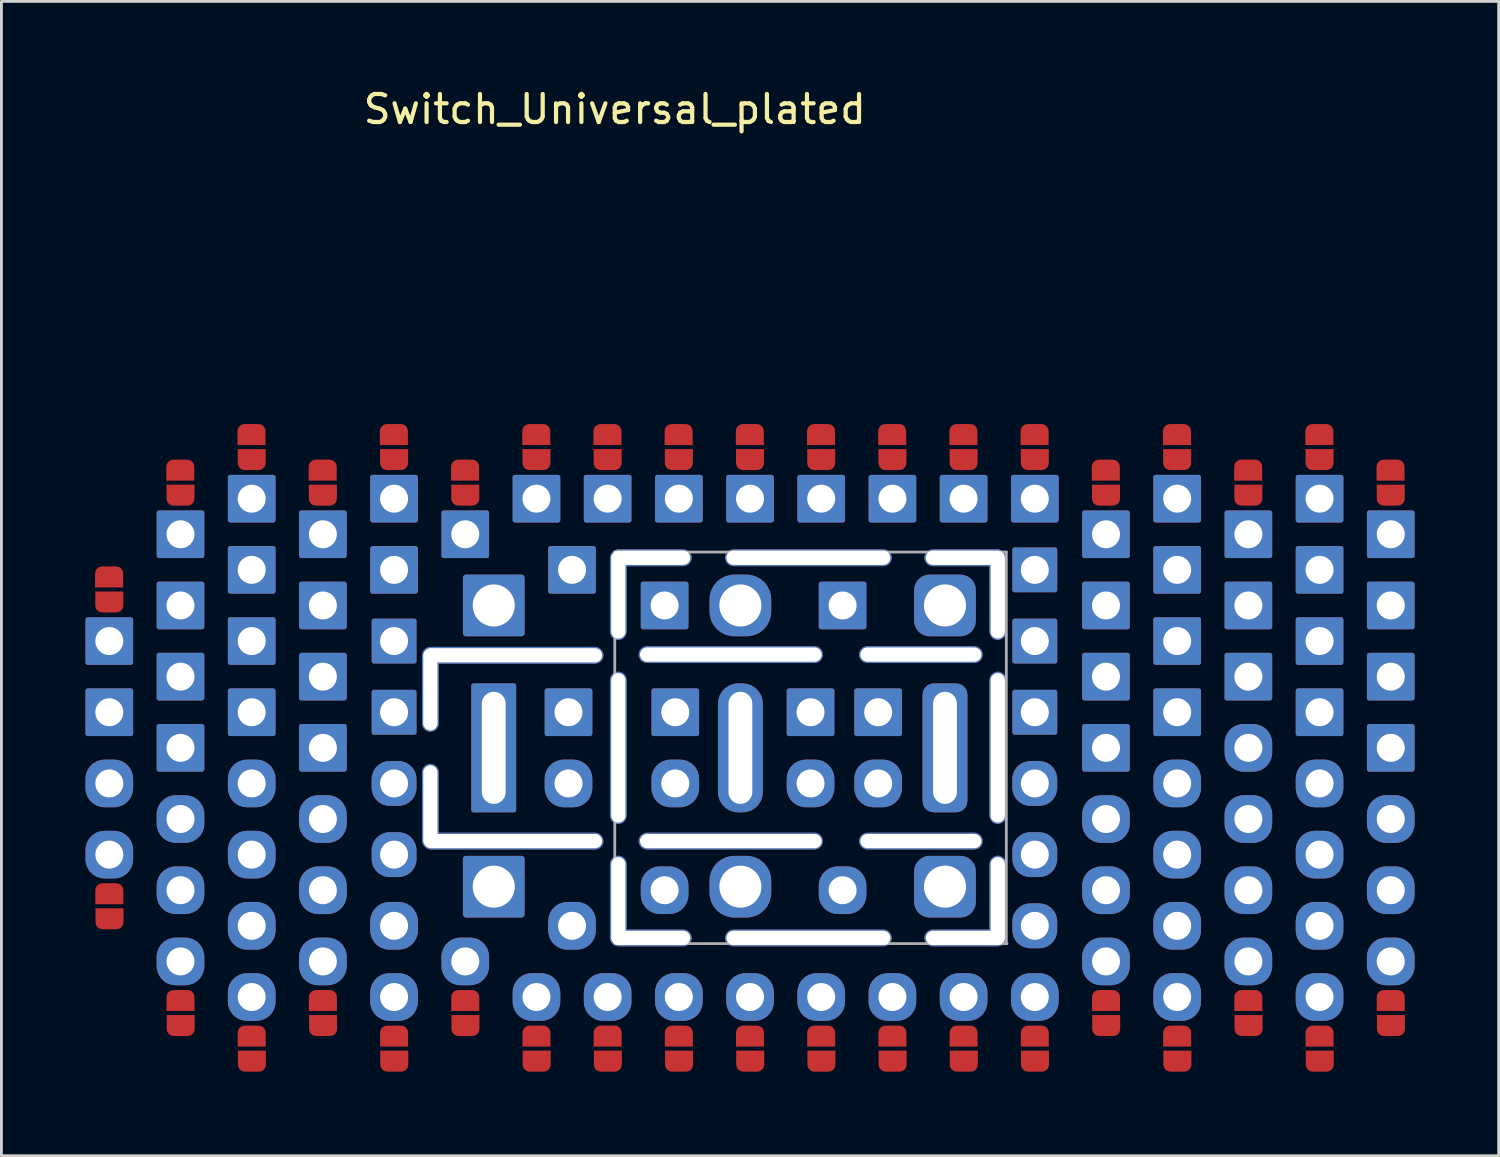
<source format=kicad_pcb>
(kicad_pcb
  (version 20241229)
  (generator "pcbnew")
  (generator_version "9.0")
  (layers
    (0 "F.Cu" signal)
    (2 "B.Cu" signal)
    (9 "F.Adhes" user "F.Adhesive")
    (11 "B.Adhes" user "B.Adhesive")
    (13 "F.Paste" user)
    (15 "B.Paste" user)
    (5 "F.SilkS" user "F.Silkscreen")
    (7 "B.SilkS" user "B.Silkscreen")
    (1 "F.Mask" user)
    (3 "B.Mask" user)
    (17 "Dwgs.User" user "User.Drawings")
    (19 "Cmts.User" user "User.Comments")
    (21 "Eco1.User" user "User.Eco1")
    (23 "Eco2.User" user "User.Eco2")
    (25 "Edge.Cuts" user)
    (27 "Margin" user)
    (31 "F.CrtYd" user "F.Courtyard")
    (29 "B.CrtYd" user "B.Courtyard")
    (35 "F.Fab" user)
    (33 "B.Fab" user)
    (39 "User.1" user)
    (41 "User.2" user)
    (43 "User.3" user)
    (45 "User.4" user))
  (footprint "Switch_Universal_plated"
    (layer "F.Cu")
    (at 18.63 23.632)
    (property "Reference" "Switch_Universal_plated" (at 0.254 -22.784 0) (unlocked yes) (layer "F.SilkS") (effects (font (size 1 1) (thickness 0.15))))
    (attr through_hole)
    (fp_rect (start -18.199 5.842) (end -17.361 5.436) (stroke (width 0.01) (type solid)) (fill yes) (layer "F.Mask"))
    (fp_rect (start -17.361 -5.842) (end -18.199 -5.436) (stroke (width 0.01) (type solid)) (fill yes) (layer "F.Mask"))
    (fp_rect (start -15.659 9.652) (end -14.821 9.246) (stroke (width 0.01) (type solid)) (fill yes) (layer "F.Mask"))
    (fp_rect (start -14.821 -9.652) (end -15.659 -9.246) (stroke (width 0.01) (type solid)) (fill yes) (layer "F.Mask"))
    (fp_rect (start -13.119 10.922) (end -12.281 10.516) (stroke (width 0.01) (type solid)) (fill yes) (layer "F.Mask"))
    (fp_rect (start -12.281 -10.922) (end -13.119 -10.516) (stroke (width 0.01) (type solid)) (fill yes) (layer "F.Mask"))
    (fp_rect (start -10.579 9.652) (end -9.741 9.246) (stroke (width 0.01) (type solid)) (fill yes) (layer "F.Mask"))
    (fp_rect (start -9.741 -9.652) (end -10.579 -9.246) (stroke (width 0.01) (type solid)) (fill yes) (layer "F.Mask"))
    (fp_rect (start -8.039 10.922) (end -7.201 10.516) (stroke (width 0.01) (type solid)) (fill yes) (layer "F.Mask"))
    (fp_rect (start -7.201 -10.922) (end -8.039 -10.516) (stroke (width 0.01) (type solid)) (fill yes) (layer "F.Mask"))
    (fp_rect (start -5.499 9.652) (end -4.661 9.246) (stroke (width 0.01) (type solid)) (fill yes) (layer "F.Mask"))
    (fp_rect (start -4.661 -9.652) (end -5.499 -9.246) (stroke (width 0.01) (type solid)) (fill yes) (layer "F.Mask"))
    (fp_rect (start -2.959 10.922) (end -2.121 10.516) (stroke (width 0.01) (type solid)) (fill yes) (layer "F.Mask"))
    (fp_rect (start -2.121 -10.922) (end -2.959 -10.516) (stroke (width 0.01) (type solid)) (fill yes) (layer "F.Mask"))
    (fp_rect (start -0.419 10.922) (end 0.419 10.516) (stroke (width 0.01) (type solid)) (fill yes) (layer "F.Mask"))
    (fp_rect (start 0.419 -10.922) (end -0.419 -10.516) (stroke (width 0.01) (type solid)) (fill yes) (layer "F.Mask"))
    (fp_rect (start 2.121 10.922) (end 2.959 10.516) (stroke (width 0.01) (type solid)) (fill yes) (layer "F.Mask"))
    (fp_rect (start 2.959 -10.922) (end 2.121 -10.516) (stroke (width 0.01) (type solid)) (fill yes) (layer "F.Mask"))
    (fp_rect (start 4.661 10.922) (end 5.499 10.516) (stroke (width 0.01) (type solid)) (fill yes) (layer "F.Mask"))
    (fp_rect (start 5.499 -10.922) (end 4.661 -10.516) (stroke (width 0.01) (type solid)) (fill yes) (layer "F.Mask"))
    (fp_rect (start 7.201 10.922) (end 8.039 10.516) (stroke (width 0.01) (type solid)) (fill yes) (layer "F.Mask"))
    (fp_rect (start 8.039 -10.922) (end 7.201 -10.516) (stroke (width 0.01) (type solid)) (fill yes) (layer "F.Mask"))
    (fp_rect (start 9.741 10.922) (end 10.579 10.516) (stroke (width 0.01) (type solid)) (fill yes) (layer "F.Mask"))
    (fp_rect (start 10.579 -10.922) (end 9.741 -10.516) (stroke (width 0.01) (type solid)) (fill yes) (layer "F.Mask"))
    (fp_rect (start 12.281 10.922) (end 13.119 10.516) (stroke (width 0.01) (type solid)) (fill yes) (layer "F.Mask"))
    (fp_rect (start 13.119 -10.922) (end 12.281 -10.516) (stroke (width 0.01) (type solid)) (fill yes) (layer "F.Mask"))
    (fp_rect (start 14.821 10.922) (end 15.659 10.516) (stroke (width 0.01) (type solid)) (fill yes) (layer "F.Mask"))
    (fp_rect (start 15.659 -10.922) (end 14.821 -10.516) (stroke (width 0.01) (type solid)) (fill yes) (layer "F.Mask"))
    (fp_rect (start 17.361 9.652) (end 18.199 9.246) (stroke (width 0.01) (type solid)) (fill yes) (layer "F.Mask"))
    (fp_rect (start 18.199 -9.652) (end 17.361 -9.246) (stroke (width 0.01) (type solid)) (fill yes) (layer "F.Mask"))
    (fp_rect (start 19.901 10.922) (end 20.739 10.516) (stroke (width 0.01) (type solid)) (fill yes) (layer "F.Mask"))
    (fp_rect (start 20.739 -10.922) (end 19.901 -10.516) (stroke (width 0.01) (type solid)) (fill yes) (layer "F.Mask"))
    (fp_rect (start 22.441 9.652) (end 23.279 9.246) (stroke (width 0.01) (type solid)) (fill yes) (layer "F.Mask"))
    (fp_rect (start 23.279 -9.652) (end 22.441 -9.246) (stroke (width 0.01) (type solid)) (fill yes) (layer "F.Mask"))
    (fp_rect (start 24.981 10.922) (end 25.819 10.516) (stroke (width 0.01) (type solid)) (fill yes) (layer "F.Mask"))
    (fp_rect (start 25.819 -10.922) (end 24.981 -10.516) (stroke (width 0.01) (type solid)) (fill yes) (layer "F.Mask"))
    (fp_rect (start 27.521 9.652) (end 28.359 9.246) (stroke (width 0.01) (type solid)) (fill yes) (layer "F.Mask"))
    (fp_rect (start 28.359 -9.652) (end 27.521 -9.246) (stroke (width 0.01) (type solid)) (fill yes) (layer "F.Mask"))
    (fp_line (start 0.254 -6.985) (end 0.254 6.985) (stroke (width 0.1) (type solid)) (layer "F.Fab"))
    (fp_line (start 0.254 -6.985) (end 14.224 -6.985) (stroke (width 0.1) (type solid)) (layer "F.Fab"))
    (fp_line (start 14.224 -6.985) (end 14.224 6.985) (stroke (width 0.1) (type solid)) (layer "F.Fab"))
    (fp_line (start 14.249 6.985) (end 0.279 6.985) (stroke (width 0.1) (type solid)) (layer "F.Fab"))
    (fp_line (start -6.604 3.302) (end -6.604 0.889) (stroke (width 0.12) (type default)) (layer "User.7"))
    (fp_line (start -6.096 2.921) (end -6.096 0.889) (stroke (width 0.12) (type default)) (layer "User.7"))
    (fp_line (start -0.381 3.048) (end -5.969 3.048) (stroke (width 0.12) (type default)) (layer "User.7"))
    (fp_line (start -0.381 3.556) (end -6.35 3.556) (stroke (width 0.12) (type default)) (layer "User.7"))
    (fp_line (start 0.254 -6.731) (end 0.254 -4.318) (stroke (width 0.12) (type default)) (layer "User.7"))
    (fp_line (start 0.254 -2.413) (end 0.254 2.413) (stroke (width 0.12) (type default)) (layer "User.7"))
    (fp_line (start 0.254 6.731) (end 0.254 4.318) (stroke (width 0.12) (type default)) (layer "User.7"))
    (fp_line (start 0.762 -6.35) (end 0.762 -4.318) (stroke (width 0.12) (type default)) (layer "User.7"))
    (fp_line (start 0.762 -2.413) (end 0.762 2.413) (stroke (width 0.12) (type default)) (layer "User.7"))
    (fp_line (start 0.762 6.35) (end 0.762 4.318) (stroke (width 0.12) (type default)) (layer "User.7"))
    (fp_line (start 1.397 -3.556) (end 7.366 -3.556) (stroke (width 0.12) (type default)) (layer "User.7"))
    (fp_line (start 1.397 -3.048) (end 7.366 -3.048) (stroke (width 0.12) (type default)) (layer "User.7"))
    (fp_line (start 1.397 3.048) (end 7.366 3.048) (stroke (width 0.12) (type default)) (layer "User.7"))
    (fp_line (start 1.397 3.556) (end 7.366 3.556) (stroke (width 0.12) (type default)) (layer "User.7"))
    (fp_line (start 2.794 -6.985) (end 0.508 -6.985) (stroke (width 0.12) (type default)) (layer "User.7"))
    (fp_line (start 2.794 -6.477) (end 0.889 -6.477) (stroke (width 0.12) (type default)) (layer "User.7"))
    (fp_line (start 2.794 6.477) (end 0.889 6.477) (stroke (width 0.12) (type default)) (layer "User.7"))
    (fp_line (start 2.794 6.985) (end 0.508 6.985) (stroke (width 0.12) (type default)) (layer "User.7"))
    (fp_line (start 4.572 -6.985) (end 9.906 -6.985) (stroke (width 0.12) (type default)) (layer "User.7"))
    (fp_line (start 4.572 -6.477) (end 9.906 -6.477) (stroke (width 0.12) (type default)) (layer "User.7"))
    (fp_line (start 4.572 6.477) (end 9.906 6.477) (stroke (width 0.12) (type default)) (layer "User.7"))
    (fp_line (start 4.572 6.985) (end 9.906 6.985) (stroke (width 0.12) (type default)) (layer "User.7"))
    (fp_line (start 9.271 -3.556) (end 13.081 -3.556) (stroke (width 0.12) (type default)) (layer "User.7"))
    (fp_line (start 9.271 -3.048) (end 13.081 -3.048) (stroke (width 0.12) (type default)) (layer "User.7"))
    (fp_line (start 9.271 3.048) (end 13.081 3.048) (stroke (width 0.12) (type default)) (layer "User.7"))
    (fp_line (start 9.271 3.556) (end 13.081 3.556) (stroke (width 0.12) (type default)) (layer "User.7"))
    (fp_line (start 11.684 -6.985) (end 13.97 -6.985) (stroke (width 0.12) (type default)) (layer "User.7"))
    (fp_line (start 11.684 -6.477) (end 13.589 -6.477) (stroke (width 0.12) (type default)) (layer "User.7"))
    (fp_line (start 11.684 6.477) (end 13.589 6.477) (stroke (width 0.12) (type default)) (layer "User.7"))
    (fp_line (start 11.684 6.985) (end 13.97 6.985) (stroke (width 0.12) (type default)) (layer "User.7"))
    (fp_line (start 13.716 -6.35) (end 13.716 -4.191) (stroke (width 0.12) (type default)) (layer "User.7"))
    (fp_line (start 13.716 -2.413) (end 13.716 2.413) (stroke (width 0.12) (type default)) (layer "User.7"))
    (fp_line (start 13.716 6.35) (end 13.716 4.191) (stroke (width 0.12) (type default)) (layer "User.7"))
    (fp_line (start 14.224 -6.731) (end 14.224 -4.191) (stroke (width 0.12) (type default)) (layer "User.7"))
    (fp_line (start 14.224 -2.413) (end 14.224 2.413) (stroke (width 0.12) (type default)) (layer "User.7"))
    (fp_line (start 14.224 6.731) (end 14.224 4.191) (stroke (width 0.12) (type default)) (layer "User.7"))
    (fp_arc (start -6.604 0.889) (mid -6.35 0.635) (end -6.096 0.889) (stroke (width 0.12) (type default)) (layer "User.7"))
    (fp_arc (start -6.35 3.556) (mid -6.529605 3.481605) (end -6.604 3.302) (stroke (width 0.12) (type default)) (layer "User.7"))
    (fp_arc (start -5.969 3.048) (mid -6.058803 3.010803) (end -6.096 2.921) (stroke (width 0.12) (type default)) (layer "User.7"))
    (fp_arc (start -0.381 3.048) (mid -0.127 3.302) (end -0.381 3.556) (stroke (width 0.12) (type default)) (layer "User.7"))
    (fp_arc (start 0.254 -6.731) (mid 0.328395 -6.910605) (end 0.508 -6.985) (stroke (width 0.12) (type default)) (layer "User.7"))
    (fp_arc (start 0.254 -2.413) (mid 0.508 -2.667) (end 0.762 -2.413) (stroke (width 0.12) (type default)) (layer "User.7"))
    (fp_arc (start 0.254 4.318) (mid 0.508 4.064) (end 0.762 4.318) (stroke (width 0.12) (type default)) (layer "User.7"))
    (fp_arc (start 0.508 6.985) (mid 0.328395 6.910605) (end 0.254 6.731) (stroke (width 0.12) (type default)) (layer "User.7"))
    (fp_arc (start 0.762 -6.35) (mid 0.799197 -6.439803) (end 0.889 -6.477) (stroke (width 0.12) (type default)) (layer "User.7"))
    (fp_arc (start 0.762 -4.318) (mid 0.508 -4.064) (end 0.254 -4.318) (stroke (width 0.12) (type default)) (layer "User.7"))
    (fp_arc (start 0.762 2.413) (mid 0.508 2.667) (end 0.254 2.413) (stroke (width 0.12) (type default)) (layer "User.7"))
    (fp_arc (start 0.889 6.477) (mid 0.799197 6.439803) (end 0.762 6.35) (stroke (width 0.12) (type default)) (layer "User.7"))
    (fp_arc (start 1.397 -3.048) (mid 1.143 -3.302) (end 1.397 -3.556) (stroke (width 0.12) (type default)) (layer "User.7"))
    (fp_arc (start 1.397 3.556) (mid 1.143 3.302) (end 1.397 3.048) (stroke (width 0.12) (type default)) (layer "User.7"))
    (fp_arc (start 2.794 -6.985) (mid 3.048 -6.731) (end 2.794 -6.477) (stroke (width 0.12) (type default)) (layer "User.7"))
    (fp_arc (start 2.794 6.477) (mid 3.048 6.731) (end 2.794 6.985) (stroke (width 0.12) (type default)) (layer "User.7"))
    (fp_arc (start 4.572 -6.477) (mid 4.318 -6.731) (end 4.572 -6.985) (stroke (width 0.12) (type default)) (layer "User.7"))
    (fp_arc (start 4.572 6.985) (mid 4.318 6.731) (end 4.572 6.477) (stroke (width 0.12) (type default)) (layer "User.7"))
    (fp_arc (start 7.366 -3.556) (mid 7.62 -3.302) (end 7.366 -3.048) (stroke (width 0.12) (type default)) (layer "User.7"))
    (fp_arc (start 7.366 3.048) (mid 7.62 3.302) (end 7.366 3.556) (stroke (width 0.12) (type default)) (layer "User.7"))
    (fp_arc (start 9.271 -3.048) (mid 9.017 -3.302) (end 9.271 -3.556) (stroke (width 0.12) (type default)) (layer "User.7"))
    (fp_arc (start 9.271 3.556) (mid 9.017 3.302) (end 9.271 3.048) (stroke (width 0.12) (type default)) (layer "User.7"))
    (fp_arc (start 9.906 -6.985) (mid 10.16 -6.731) (end 9.906 -6.477) (stroke (width 0.12) (type default)) (layer "User.7"))
    (fp_arc (start 9.906 6.477) (mid 10.16 6.731) (end 9.906 6.985) (stroke (width 0.12) (type default)) (layer "User.7"))
    (fp_arc (start 11.684 -6.477) (mid 11.43 -6.731) (end 11.684 -6.985) (stroke (width 0.12) (type default)) (layer "User.7"))
    (fp_arc (start 11.684 6.985) (mid 11.43 6.731) (end 11.684 6.477) (stroke (width 0.12) (type default)) (layer "User.7"))
    (fp_arc (start 13.081 -3.556) (mid 13.335 -3.302) (end 13.081 -3.048) (stroke (width 0.12) (type default)) (layer "User.7"))
    (fp_arc (start 13.081 3.048) (mid 13.335 3.302) (end 13.081 3.556) (stroke (width 0.12) (type default)) (layer "User.7"))
    (fp_arc (start 13.589 -6.477) (mid 13.678803 -6.439803) (end 13.716 -6.35) (stroke (width 0.12) (type default)) (layer "User.7"))
    (fp_arc (start 13.716 -2.413) (mid 13.97 -2.667) (end 14.224 -2.413) (stroke (width 0.12) (type default)) (layer "User.7"))
    (fp_arc (start 13.716 4.191) (mid 13.97 3.937) (end 14.224 4.191) (stroke (width 0.12) (type default)) (layer "User.7"))
    (fp_arc (start 13.716 6.35) (mid 13.678803 6.439803) (end 13.589 6.477) (stroke (width 0.12) (type default)) (layer "User.7"))
    (fp_arc (start 13.97 -6.985) (mid 14.149605 -6.910605) (end 14.224 -6.731) (stroke (width 0.12) (type default)) (layer "User.7"))
    (fp_arc (start 14.224 -4.191) (mid 13.97 -3.937) (end 13.716 -4.191) (stroke (width 0.12) (type default)) (layer "User.7"))
    (fp_arc (start 14.224 2.413) (mid 13.97 2.667) (end 13.716 2.413) (stroke (width 0.12) (type default)) (layer "User.7"))
    (fp_arc (start 14.224 6.731) (mid 14.149605 6.910605) (end 13.97 6.985) (stroke (width 0.12) (type default)) (layer "User.7"))
    (pad "1" smd custom (at -17.787 -6.223 270) (size 0.5 0.5) (layers "F.Cu" "F.Mask") (options (anchor rect)) (primitives (gr_circle (center 0 0.25) (end 0.25 0.25) (width 0) (fill yes)) (gr_circle (center 0 -0.25) (end 0.25 -0.25) (width 0) (fill yes)) (gr_poly (pts (xy 0.5 0.5) (xy 0 0.5) (xy 0 -0.5) (xy 0.5 -0.5)) (width 0) (fill yes))))
    (pad "1" smd custom (at -17.78 -5.08 90) (size 0.5 0.5) (layers "F.Cu" "F.Mask") (options (anchor rect)) (primitives (gr_circle (center 0 0.25) (end 0.25 0.25) (width 0) (fill yes)) (gr_circle (center 0 -0.25) (end 0.25 -0.25) (width 0) (fill yes)) (gr_poly (pts (xy 0.5 0.5) (xy 0 0.5) (xy 0 -0.5) (xy 0.5 -0.5)) (width 0) (fill yes))))
    (pad "1" thru_hole roundrect (at -17.78 -3.81) (size 1.7 1.7) (drill 1) (layers "*.Cu" "*.Mask") (roundrect_rratio 0.05))
    (pad "1" thru_hole roundrect (at -17.78 -1.27) (size 1.7 1.7) (drill 1) (layers "*.Cu" "*.Mask") (roundrect_rratio 0.05))
    (pad "1" smd custom (at -15.247 -10.033 270) (size 0.5 0.5) (layers "F.Cu" "F.Mask") (options (anchor rect)) (primitives (gr_circle (center 0 0.25) (end 0.25 0.25) (width 0) (fill yes)) (gr_circle (center 0 -0.25) (end 0.25 -0.25) (width 0) (fill yes)) (gr_poly (pts (xy 0.5 0.5) (xy 0 0.5) (xy 0 -0.5) (xy 0.5 -0.5)) (width 0) (fill yes))))
    (pad "1" smd custom (at -15.24 -8.89 90) (size 0.5 0.5) (layers "F.Cu" "F.Mask") (options (anchor rect)) (primitives (gr_circle (center 0 0.25) (end 0.25 0.25) (width 0) (fill yes)) (gr_circle (center 0 -0.25) (end 0.25 -0.25) (width 0) (fill yes)) (gr_poly (pts (xy 0.5 0.5) (xy 0 0.5) (xy 0 -0.5) (xy 0.5 -0.5)) (width 0) (fill yes))))
    (pad "1" thru_hole roundrect (at -15.24 -7.62) (size 1.7 1.7) (drill 1) (layers "*.Cu" "*.Mask") (roundrect_rratio 0.05))
    (pad "1" thru_hole roundrect (at -15.24 -5.08) (size 1.7 1.7) (drill 1) (layers "*.Cu" "*.Mask") (roundrect_rratio 0.05))
    (pad "1" thru_hole roundrect (at -15.24 -2.54) (size 1.7 1.7) (drill 1) (layers "*.Cu" "*.Mask") (roundrect_rratio 0.05))
    (pad "1" thru_hole roundrect (at -15.24 0) (size 1.7 1.7) (drill 1) (layers "*.Cu" "*.Mask") (roundrect_rratio 0.05))
    (pad "1" smd custom (at -12.707 -11.303 270) (size 0.5 0.5) (layers "F.Cu" "F.Mask") (options (anchor rect)) (primitives (gr_circle (center 0 0.25) (end 0.25 0.25) (width 0) (fill yes)) (gr_circle (center 0 -0.25) (end 0.25 -0.25) (width 0) (fill yes)) (gr_poly (pts (xy 0.5 0.5) (xy 0 0.5) (xy 0 -0.5) (xy 0.5 -0.5)) (width 0) (fill yes))))
    (pad "1" smd custom (at -12.7 -10.16 90) (size 0.5 0.5) (layers "F.Cu" "F.Mask") (options (anchor rect)) (primitives (gr_circle (center 0 0.25) (end 0.25 0.25) (width 0) (fill yes)) (gr_circle (center 0 -0.25) (end 0.25 -0.25) (width 0) (fill yes)) (gr_poly (pts (xy 0.5 0.5) (xy 0 0.5) (xy 0 -0.5) (xy 0.5 -0.5)) (width 0) (fill yes))))
    (pad "1" thru_hole roundrect (at -12.7 -8.89) (size 1.7 1.7) (drill 1) (layers "*.Cu" "*.Mask") (roundrect_rratio 0.05))
    (pad "1" thru_hole roundrect (at -12.7 -6.35) (size 1.7 1.7) (drill 1) (layers "*.Cu" "*.Mask") (roundrect_rratio 0.05))
    (pad "1" thru_hole roundrect (at -12.7 -3.81) (size 1.7 1.7) (drill 1) (layers "*.Cu" "*.Mask") (roundrect_rratio 0.05))
    (pad "1" thru_hole roundrect (at -12.7 -1.27) (size 1.7 1.7) (drill 1) (layers "*.Cu" "*.Mask") (roundrect_rratio 0.05))
    (pad "1" smd custom (at -10.167 -10.033 270) (size 0.5 0.5) (layers "F.Cu" "F.Mask") (options (anchor rect)) (primitives (gr_circle (center 0 0.25) (end 0.25 0.25) (width 0) (fill yes)) (gr_circle (center 0 -0.25) (end 0.25 -0.25) (width 0) (fill yes)) (gr_poly (pts (xy 0.5 0.5) (xy 0 0.5) (xy 0 -0.5) (xy 0.5 -0.5)) (width 0) (fill yes))))
    (pad "1" smd custom (at -10.16 -8.89 90) (size 0.5 0.5) (layers "F.Cu" "F.Mask") (options (anchor rect)) (primitives (gr_circle (center 0 0.25) (end 0.25 0.25) (width 0) (fill yes)) (gr_circle (center 0 -0.25) (end 0.25 -0.25) (width 0) (fill yes)) (gr_poly (pts (xy 0.5 0.5) (xy 0 0.5) (xy 0 -0.5) (xy 0.5 -0.5)) (width 0) (fill yes))))
    (pad "1" thru_hole roundrect (at -10.16 -7.62) (size 1.7 1.7) (drill 1) (layers "*.Cu" "*.Mask") (roundrect_rratio 0.05))
    (pad "1" thru_hole roundrect (at -10.16 -5.08) (size 1.7 1.7) (drill 1) (layers "*.Cu" "*.Mask") (roundrect_rratio 0.05))
    (pad "1" thru_hole roundrect (at -10.16 -2.54) (size 1.7 1.7) (drill 1) (layers "*.Cu" "*.Mask") (roundrect_rratio 0.05))
    (pad "1" thru_hole roundrect (at -10.16 0) (size 1.7 1.7) (drill 1) (layers "*.Cu" "*.Mask") (roundrect_rratio 0.05))
    (pad "1" smd custom (at -7.627 -11.303 270) (size 0.5 0.5) (layers "F.Cu" "F.Mask") (options (anchor rect)) (primitives (gr_circle (center 0 0.25) (end 0.25 0.25) (width 0) (fill yes)) (gr_circle (center 0 -0.25) (end 0.25 -0.25) (width 0) (fill yes)) (gr_poly (pts (xy 0.5 0.5) (xy 0 0.5) (xy 0 -0.5) (xy 0.5 -0.5)) (width 0) (fill yes))))
    (pad "1" smd custom (at -7.62 -10.16 90) (size 0.5 0.5) (layers "F.Cu" "F.Mask") (options (anchor rect)) (primitives (gr_circle (center 0 0.25) (end 0.25 0.25) (width 0) (fill yes)) (gr_circle (center 0 -0.25) (end 0.25 -0.25) (width 0) (fill yes)) (gr_poly (pts (xy 0.5 0.5) (xy 0 0.5) (xy 0 -0.5) (xy 0.5 -0.5)) (width 0) (fill yes))))
    (pad "1" thru_hole roundrect (at -7.62 -8.89) (size 1.7 1.7) (drill 1) (layers "*.Cu" "*.Mask") (roundrect_rratio 0.05))
    (pad "1" thru_hole roundrect (at -7.62 -6.35) (size 1.7 1.7) (drill 1) (layers "*.Cu" "*.Mask") (roundrect_rratio 0.05))
    (pad "1" thru_hole roundrect (at -7.62 -3.81) (size 1.6 1.6) (drill 1) (layers "*.Cu" "*.Mask") (roundrect_rratio 0.05))
    (pad "1" thru_hole roundrect (at -7.62 -1.27) (size 1.6 1.6) (drill 1) (layers "*.Cu" "*.Mask") (roundrect_rratio 0.05))
    (pad "1" smd custom (at -5.087 -10.033 270) (size 0.5 0.5) (layers "F.Cu" "F.Mask") (options (anchor rect)) (primitives (gr_circle (center 0 0.25) (end 0.25 0.25) (width 0) (fill yes)) (gr_circle (center 0 -0.25) (end 0.25 -0.25) (width 0) (fill yes)) (gr_poly (pts (xy 0.5 0.5) (xy 0 0.5) (xy 0 -0.5) (xy 0.5 -0.5)) (width 0) (fill yes))))
    (pad "1" smd custom (at -5.08 -8.89 90) (size 0.5 0.5) (layers "F.Cu" "F.Mask") (options (anchor rect)) (primitives (gr_circle (center 0 0.25) (end 0.25 0.25) (width 0) (fill yes)) (gr_circle (center 0 -0.25) (end 0.25 -0.25) (width 0) (fill yes)) (gr_poly (pts (xy 0.5 0.5) (xy 0 0.5) (xy 0 -0.5) (xy 0.5 -0.5)) (width 0) (fill yes))))
    (pad "1" thru_hole roundrect (at -5.08 -7.62) (size 1.7 1.7) (drill 1) (layers "*.Cu" "*.Mask") (roundrect_rratio 0.05))
    (pad "1" thru_hole roundrect (at -4.064 -5.08) (size 2.2 2.2) (drill 1.5) (layers "*.Cu" "*.Mask") (roundrect_rratio 0.05))
    (pad "1" thru_hole roundrect (at -4.064 0) (size 1.6 4.6) (drill oval 0.85 4) (layers "*.Cu" "*.Mask") (roundrect_rratio 0.05))
    (pad "1" thru_hole roundrect (at -4.064 4.953) (size 2.2 2.2) (drill 1.5) (layers "*.Cu" "*.Mask") (roundrect_rratio 0.05))
    (pad "1" smd custom (at -2.547 -11.303 270) (size 0.5 0.5) (layers "F.Cu" "F.Mask") (options (anchor rect)) (primitives (gr_circle (center 0 0.25) (end 0.25 0.25) (width 0) (fill yes)) (gr_circle (center 0 -0.25) (end 0.25 -0.25) (width 0) (fill yes)) (gr_poly (pts (xy 0.5 0.5) (xy 0 0.5) (xy 0 -0.5) (xy 0.5 -0.5)) (width 0) (fill yes))))
    (pad "1" smd custom (at -2.54 -10.16 90) (size 0.5 0.5) (layers "F.Cu" "F.Mask") (options (anchor rect)) (primitives (gr_circle (center 0 0.25) (end 0.25 0.25) (width 0) (fill yes)) (gr_circle (center 0 -0.25) (end 0.25 -0.25) (width 0) (fill yes)) (gr_poly (pts (xy 0.5 0.5) (xy 0 0.5) (xy 0 -0.5) (xy 0.5 -0.5)) (width 0) (fill yes))))
    (pad "1" thru_hole roundrect (at -2.54 -8.89) (size 1.7 1.7) (drill 1) (layers "*.Cu" "*.Mask") (roundrect_rratio 0.05))
    (pad "1" thru_hole roundrect (at -1.397 -1.27) (size 1.7 1.7) (drill 1) (layers "*.Cu" "*.Mask") (roundrect_rratio 0.05))
    (pad "1" thru_hole roundrect (at -1.27 -6.35) (size 1.7 1.7) (drill 1) (layers "*.Cu" "*.Mask") (roundrect_rratio 0.05))
    (pad "1" smd custom (at -0.007 -11.303 270) (size 0.5 0.5) (layers "F.Cu" "F.Mask") (options (anchor rect)) (primitives (gr_circle (center 0 0.25) (end 0.25 0.25) (width 0) (fill yes)) (gr_circle (center 0 -0.25) (end 0.25 -0.25) (width 0) (fill yes)) (gr_poly (pts (xy 0.5 0.5) (xy 0 0.5) (xy 0 -0.5) (xy 0.5 -0.5)) (width 0) (fill yes))))
    (pad "1" smd custom (at 0 -10.16 90) (size 0.5 0.5) (layers "F.Cu" "F.Mask") (options (anchor rect)) (primitives (gr_circle (center 0 0.25) (end 0.25 0.25) (width 0) (fill yes)) (gr_circle (center 0 -0.25) (end 0.25 -0.25) (width 0) (fill yes)) (gr_poly (pts (xy 0.5 0.5) (xy 0 0.5) (xy 0 -0.5) (xy 0.5 -0.5)) (width 0) (fill yes))))
    (pad "1" thru_hole roundrect (at 0 -8.89) (size 1.7 1.7) (drill 1) (layers "*.Cu" "*.Mask") (roundrect_rratio 0.05))
    (pad "1" thru_hole roundrect (at 2.032 -5.08) (size 1.7 1.7) (drill 1) (layers "*.Cu" "*.Mask") (roundrect_rratio 0.05))
    (pad "1" thru_hole roundrect (at 2.413 -1.27) (size 1.7 1.7) (drill 1) (layers "*.Cu" "*.Mask") (roundrect_rratio 0.05))
    (pad "1" smd custom (at 2.533 -11.303 270) (size 0.5 0.5) (layers "F.Cu" "F.Mask") (options (anchor rect)) (primitives (gr_circle (center 0 0.25) (end 0.25 0.25) (width 0) (fill yes)) (gr_circle (center 0 -0.25) (end 0.25 -0.25) (width 0) (fill yes)) (gr_poly (pts (xy 0.5 0.5) (xy 0 0.5) (xy 0 -0.5) (xy 0.5 -0.5)) (width 0) (fill yes))))
    (pad "1" smd custom (at 2.54 -10.16 90) (size 0.5 0.5) (layers "F.Cu" "F.Mask") (options (anchor rect)) (primitives (gr_circle (center 0 0.25) (end 0.25 0.25) (width 0) (fill yes)) (gr_circle (center 0 -0.25) (end 0.25 -0.25) (width 0) (fill yes)) (gr_poly (pts (xy 0.5 0.5) (xy 0 0.5) (xy 0 -0.5) (xy 0.5 -0.5)) (width 0) (fill yes))))
    (pad "1" thru_hole roundrect (at 2.54 -8.89) (size 1.7 1.7) (drill 1) (layers "*.Cu" "*.Mask") (roundrect_rratio 0.05))
    (pad "1" smd custom (at 5.073 -11.303 270) (size 0.5 0.5) (layers "F.Cu" "F.Mask") (options (anchor rect)) (primitives (gr_circle (center 0 0.25) (end 0.25 0.25) (width 0) (fill yes)) (gr_circle (center 0 -0.25) (end 0.25 -0.25) (width 0) (fill yes)) (gr_poly (pts (xy 0.5 0.5) (xy 0 0.5) (xy 0 -0.5) (xy 0.5 -0.5)) (width 0) (fill yes))))
    (pad "1" smd custom (at 5.08 -10.16 90) (size 0.5 0.5) (layers "F.Cu" "F.Mask") (options (anchor rect)) (primitives (gr_circle (center 0 0.25) (end 0.25 0.25) (width 0) (fill yes)) (gr_circle (center 0 -0.25) (end 0.25 -0.25) (width 0) (fill yes)) (gr_poly (pts (xy 0.5 0.5) (xy 0 0.5) (xy 0 -0.5) (xy 0.5 -0.5)) (width 0) (fill yes))))
    (pad "1" thru_hole roundrect (at 5.08 -8.89) (size 1.7 1.7) (drill 1) (layers "*.Cu" "*.Mask") (roundrect_rratio 0.05))
    (pad "1" thru_hole roundrect (at 7.239 -1.27) (size 1.7 1.7) (drill 1) (layers "*.Cu" "*.Mask") (roundrect_rratio 0.05))
    (pad "1" smd custom (at 7.613 -11.303 270) (size 0.5 0.5) (layers "F.Cu" "F.Mask") (options (anchor rect)) (primitives (gr_circle (center 0 0.25) (end 0.25 0.25) (width 0) (fill yes)) (gr_circle (center 0 -0.25) (end 0.25 -0.25) (width 0) (fill yes)) (gr_poly (pts (xy 0.5 0.5) (xy 0 0.5) (xy 0 -0.5) (xy 0.5 -0.5)) (width 0) (fill yes))))
    (pad "1" smd custom (at 7.62 -10.16 90) (size 0.5 0.5) (layers "F.Cu" "F.Mask") (options (anchor rect)) (primitives (gr_circle (center 0 0.25) (end 0.25 0.25) (width 0) (fill yes)) (gr_circle (center 0 -0.25) (end 0.25 -0.25) (width 0) (fill yes)) (gr_poly (pts (xy 0.5 0.5) (xy 0 0.5) (xy 0 -0.5) (xy 0.5 -0.5)) (width 0) (fill yes))))
    (pad "1" thru_hole roundrect (at 7.62 -8.89) (size 1.7 1.7) (drill 1) (layers "*.Cu" "*.Mask") (roundrect_rratio 0.05))
    (pad "1" thru_hole roundrect (at 8.382 -5.08) (size 1.7 1.7) (drill 1) (layers "*.Cu" "*.Mask") (roundrect_rratio 0.05))
    (pad "1" thru_hole roundrect (at 9.652 -1.27) (size 1.7 1.7) (drill 1) (layers "*.Cu" "*.Mask") (roundrect_rratio 0.05))
    (pad "1" smd custom (at 10.153 -11.303 270) (size 0.5 0.5) (layers "F.Cu" "F.Mask") (options (anchor rect)) (primitives (gr_circle (center 0 0.25) (end 0.25 0.25) (width 0) (fill yes)) (gr_circle (center 0 -0.25) (end 0.25 -0.25) (width 0) (fill yes)) (gr_poly (pts (xy 0.5 0.5) (xy 0 0.5) (xy 0 -0.5) (xy 0.5 -0.5)) (width 0) (fill yes))))
    (pad "1" smd custom (at 10.16 -10.16 90) (size 0.5 0.5) (layers "F.Cu" "F.Mask") (options (anchor rect)) (primitives (gr_circle (center 0 0.25) (end 0.25 0.25) (width 0) (fill yes)) (gr_circle (center 0 -0.25) (end 0.25 -0.25) (width 0) (fill yes)) (gr_poly (pts (xy 0.5 0.5) (xy 0 0.5) (xy 0 -0.5) (xy 0.5 -0.5)) (width 0) (fill yes))))
    (pad "1" thru_hole roundrect (at 10.16 -8.89) (size 1.7 1.7) (drill 1) (layers "*.Cu" "*.Mask") (roundrect_rratio 0.05))
    (pad "1" smd custom (at 12.693 -11.303 270) (size 0.5 0.5) (layers "F.Cu" "F.Mask") (options (anchor rect)) (primitives (gr_circle (center 0 0.25) (end 0.25 0.25) (width 0) (fill yes)) (gr_circle (center 0 -0.25) (end 0.25 -0.25) (width 0) (fill yes)) (gr_poly (pts (xy 0.5 0.5) (xy 0 0.5) (xy 0 -0.5) (xy 0.5 -0.5)) (width 0) (fill yes))))
    (pad "1" smd custom (at 12.7 -10.16 90) (size 0.5 0.5) (layers "F.Cu" "F.Mask") (options (anchor rect)) (primitives (gr_circle (center 0 0.25) (end 0.25 0.25) (width 0) (fill yes)) (gr_circle (center 0 -0.25) (end 0.25 -0.25) (width 0) (fill yes)) (gr_poly (pts (xy 0.5 0.5) (xy 0 0.5) (xy 0 -0.5) (xy 0.5 -0.5)) (width 0) (fill yes))))
    (pad "1" thru_hole roundrect (at 12.7 -8.89) (size 1.7 1.7) (drill 1) (layers "*.Cu" "*.Mask") (roundrect_rratio 0.05))
    (pad "1" smd custom (at 15.233 -11.303 270) (size 0.5 0.5) (layers "F.Cu" "F.Mask") (options (anchor rect)) (primitives (gr_circle (center 0 0.25) (end 0.25 0.25) (width 0) (fill yes)) (gr_circle (center 0 -0.25) (end 0.25 -0.25) (width 0) (fill yes)) (gr_poly (pts (xy 0.5 0.5) (xy 0 0.5) (xy 0 -0.5) (xy 0.5 -0.5)) (width 0) (fill yes))))
    (pad "1" smd custom (at 15.24 -10.16 90) (size 0.5 0.5) (layers "F.Cu" "F.Mask") (options (anchor rect)) (primitives (gr_circle (center 0 0.25) (end 0.25 0.25) (width 0) (fill yes)) (gr_circle (center 0 -0.25) (end 0.25 -0.25) (width 0) (fill yes)) (gr_poly (pts (xy 0.5 0.5) (xy 0 0.5) (xy 0 -0.5) (xy 0.5 -0.5)) (width 0) (fill yes))))
    (pad "1" thru_hole roundrect (at 15.24 -8.89) (size 1.7 1.7) (drill 1) (layers "*.Cu" "*.Mask") (roundrect_rratio 0.05))
    (pad "1" thru_hole roundrect (at 15.24 -6.35) (size 1.6 1.6) (drill 1) (layers "*.Cu" "*.Mask") (roundrect_rratio 0.05))
    (pad "1" thru_hole roundrect (at 15.24 -3.81) (size 1.6 1.6) (drill 1) (layers "*.Cu" "*.Mask") (roundrect_rratio 0.05))
    (pad "1" thru_hole roundrect (at 15.24 -1.27) (size 1.6 1.6) (drill 1) (layers "*.Cu" "*.Mask") (roundrect_rratio 0.05))
    (pad "1" smd custom (at 17.773 -10.033 270) (size 0.5 0.5) (layers "F.Cu" "F.Mask") (options (anchor rect)) (primitives (gr_circle (center 0 0.25) (end 0.25 0.25) (width 0) (fill yes)) (gr_circle (center 0 -0.25) (end 0.25 -0.25) (width 0) (fill yes)) (gr_poly (pts (xy 0.5 0.5) (xy 0 0.5) (xy 0 -0.5) (xy 0.5 -0.5)) (width 0) (fill yes))))
    (pad "1" smd custom (at 17.78 -8.89 90) (size 0.5 0.5) (layers "F.Cu" "F.Mask") (options (anchor rect)) (primitives (gr_circle (center 0 0.25) (end 0.25 0.25) (width 0) (fill yes)) (gr_circle (center 0 -0.25) (end 0.25 -0.25) (width 0) (fill yes)) (gr_poly (pts (xy 0.5 0.5) (xy 0 0.5) (xy 0 -0.5) (xy 0.5 -0.5)) (width 0) (fill yes))))
    (pad "1" thru_hole roundrect (at 17.78 -7.62) (size 1.7 1.7) (drill 1) (layers "*.Cu" "*.Mask") (roundrect_rratio 0.05))
    (pad "1" thru_hole roundrect (at 17.78 -5.08) (size 1.7 1.7) (drill 1) (layers "*.Cu" "*.Mask") (roundrect_rratio 0.05))
    (pad "1" thru_hole roundrect (at 17.78 -2.54) (size 1.7 1.7) (drill 1) (layers "*.Cu" "*.Mask") (roundrect_rratio 0.05))
    (pad "1" thru_hole roundrect (at 17.78 0) (size 1.7 1.7) (drill 1) (layers "*.Cu" "*.Mask") (roundrect_rratio 0.05))
    (pad "1" smd custom (at 20.313 -11.303 270) (size 0.5 0.5) (layers "F.Cu" "F.Mask") (options (anchor rect)) (primitives (gr_circle (center 0 0.25) (end 0.25 0.25) (width 0) (fill yes)) (gr_circle (center 0 -0.25) (end 0.25 -0.25) (width 0) (fill yes)) (gr_poly (pts (xy 0.5 0.5) (xy 0 0.5) (xy 0 -0.5) (xy 0.5 -0.5)) (width 0) (fill yes))))
    (pad "1" smd custom (at 20.32 -10.16 90) (size 0.5 0.5) (layers "F.Cu" "F.Mask") (options (anchor rect)) (primitives (gr_circle (center 0 0.25) (end 0.25 0.25) (width 0) (fill yes)) (gr_circle (center 0 -0.25) (end 0.25 -0.25) (width 0) (fill yes)) (gr_poly (pts (xy 0.5 0.5) (xy 0 0.5) (xy 0 -0.5) (xy 0.5 -0.5)) (width 0) (fill yes))))
    (pad "1" thru_hole roundrect (at 20.32 -8.89) (size 1.7 1.7) (drill 1) (layers "*.Cu" "*.Mask") (roundrect_rratio 0.05))
    (pad "1" thru_hole roundrect (at 20.32 -6.35) (size 1.7 1.7) (drill 1) (layers "*.Cu" "*.Mask") (roundrect_rratio 0.05))
    (pad "1" thru_hole roundrect (at 20.32 -3.81) (size 1.7 1.7) (drill 1) (layers "*.Cu" "*.Mask") (roundrect_rratio 0.05))
    (pad "1" thru_hole roundrect (at 20.32 -1.27) (size 1.7 1.7) (drill 1) (layers "*.Cu" "*.Mask") (roundrect_rratio 0.05))
    (pad "1" smd custom (at 22.853 -10.033 270) (size 0.5 0.5) (layers "F.Cu" "F.Mask") (options (anchor rect)) (primitives (gr_circle (center 0 0.25) (end 0.25 0.25) (width 0) (fill yes)) (gr_circle (center 0 -0.25) (end 0.25 -0.25) (width 0) (fill yes)) (gr_poly (pts (xy 0.5 0.5) (xy 0 0.5) (xy 0 -0.5) (xy 0.5 -0.5)) (width 0) (fill yes))))
    (pad "1" smd custom (at 22.86 -8.89 90) (size 0.5 0.5) (layers "F.Cu" "F.Mask") (options (anchor rect)) (primitives (gr_circle (center 0 0.25) (end 0.25 0.25) (width 0) (fill yes)) (gr_circle (center 0 -0.25) (end 0.25 -0.25) (width 0) (fill yes)) (gr_poly (pts (xy 0.5 0.5) (xy 0 0.5) (xy 0 -0.5) (xy 0.5 -0.5)) (width 0) (fill yes))))
    (pad "1" thru_hole roundrect (at 22.86 -7.62) (size 1.7 1.7) (drill 1) (layers "*.Cu" "*.Mask") (roundrect_rratio 0.05))
    (pad "1" thru_hole roundrect (at 22.86 -5.08) (size 1.7 1.7) (drill 1) (layers "*.Cu" "*.Mask") (roundrect_rratio 0.05))
    (pad "1" thru_hole roundrect (at 22.86 -2.54) (size 1.7 1.7) (drill 1) (layers "*.Cu" "*.Mask") (roundrect_rratio 0.05))
    (pad "1" smd custom (at 25.393 -11.303 270) (size 0.5 0.5) (layers "F.Cu" "F.Mask") (options (anchor rect)) (primitives (gr_circle (center 0 0.25) (end 0.25 0.25) (width 0) (fill yes)) (gr_circle (center 0 -0.25) (end 0.25 -0.25) (width 0) (fill yes)) (gr_poly (pts (xy 0.5 0.5) (xy 0 0.5) (xy 0 -0.5) (xy 0.5 -0.5)) (width 0) (fill yes))))
    (pad "1" smd custom (at 25.4 -10.16 90) (size 0.5 0.5) (layers "F.Cu" "F.Mask") (options (anchor rect)) (primitives (gr_circle (center 0 0.25) (end 0.25 0.25) (width 0) (fill yes)) (gr_circle (center 0 -0.25) (end 0.25 -0.25) (width 0) (fill yes)) (gr_poly (pts (xy 0.5 0.5) (xy 0 0.5) (xy 0 -0.5) (xy 0.5 -0.5)) (width 0) (fill yes))))
    (pad "1" thru_hole roundrect (at 25.4 -8.89) (size 1.7 1.7) (drill 1) (layers "*.Cu" "*.Mask") (roundrect_rratio 0.05))
    (pad "1" thru_hole roundrect (at 25.4 -6.35) (size 1.7 1.7) (drill 1) (layers "*.Cu" "*.Mask") (roundrect_rratio 0.05))
    (pad "1" thru_hole roundrect (at 25.4 -3.81) (size 1.7 1.7) (drill 1) (layers "*.Cu" "*.Mask") (roundrect_rratio 0.05))
    (pad "1" thru_hole roundrect (at 25.4 -1.27) (size 1.7 1.7) (drill 1) (layers "*.Cu" "*.Mask") (roundrect_rratio 0.05))
    (pad "1" smd custom (at 27.933 -10.033 270) (size 0.5 0.5) (layers "F.Cu" "F.Mask") (options (anchor rect)) (primitives (gr_circle (center 0 0.25) (end 0.25 0.25) (width 0) (fill yes)) (gr_circle (center 0 -0.25) (end 0.25 -0.25) (width 0) (fill yes)) (gr_poly (pts (xy 0.5 0.5) (xy 0 0.5) (xy 0 -0.5) (xy 0.5 -0.5)) (width 0) (fill yes))))
    (pad "1" smd custom (at 27.94 -8.89 90) (size 0.5 0.5) (layers "F.Cu" "F.Mask") (options (anchor rect)) (primitives (gr_circle (center 0 0.25) (end 0.25 0.25) (width 0) (fill yes)) (gr_circle (center 0 -0.25) (end 0.25 -0.25) (width 0) (fill yes)) (gr_poly (pts (xy 0.5 0.5) (xy 0 0.5) (xy 0 -0.5) (xy 0.5 -0.5)) (width 0) (fill yes))))
    (pad "1" thru_hole roundrect (at 27.94 -7.62) (size 1.7 1.7) (drill 1) (layers "*.Cu" "*.Mask") (roundrect_rratio 0.05))
    (pad "1" thru_hole roundrect (at 27.94 -5.08) (size 1.7 1.7) (drill 1) (layers "*.Cu" "*.Mask") (roundrect_rratio 0.05))
    (pad "1" thru_hole roundrect (at 27.94 -2.54) (size 1.7 1.7) (drill 1) (layers "*.Cu" "*.Mask") (roundrect_rratio 0.05))
    (pad "1" thru_hole roundrect (at 27.94 0) (size 1.7 1.7) (drill 1) (layers "*.Cu" "*.Mask") (roundrect_rratio 0.05))
    (pad "2" thru_hole roundrect (at -17.78 1.27) (size 1.7 1.7) (drill 1) (layers "*.Cu" "*.Mask") (roundrect_rratio 0.4))
    (pad "2" thru_hole roundrect (at -17.78 3.81) (size 1.7 1.7) (drill 1) (layers "*.Cu" "*.Mask") (roundrect_rratio 0.4))
    (pad "2" smd custom (at -17.78 5.08 270) (size 0.5 0.5) (layers "F.Cu" "F.Mask") (options (anchor rect)) (primitives (gr_circle (center 0 0.25) (end 0.25 0.25) (width 0) (fill yes)) (gr_circle (center 0 -0.25) (end 0.25 -0.25) (width 0) (fill yes)) (gr_poly (pts (xy 0.5 0.5) (xy 0 0.5) (xy 0 -0.5) (xy 0.5 -0.5)) (width 0) (fill yes))))
    (pad "2" smd custom (at -17.773 6.223 90) (size 0.5 0.5) (layers "F.Cu" "F.Mask") (options (anchor rect)) (primitives (gr_circle (center 0 0.25) (end 0.25 0.25) (width 0) (fill yes)) (gr_circle (center 0 -0.25) (end 0.25 -0.25) (width 0) (fill yes)) (gr_poly (pts (xy 0.5 0.5) (xy 0 0.5) (xy 0 -0.5) (xy 0.5 -0.5)) (width 0) (fill yes))))
    (pad "2" thru_hole roundrect (at -15.24 2.54) (size 1.7 1.7) (drill 1) (layers "*.Cu" "*.Mask") (roundrect_rratio 0.4))
    (pad "2" thru_hole roundrect (at -15.24 5.08) (size 1.7 1.7) (drill 1) (layers "*.Cu" "*.Mask") (roundrect_rratio 0.4))
    (pad "2" thru_hole roundrect (at -15.24 7.62) (size 1.7 1.7) (drill 1) (layers "*.Cu" "*.Mask") (roundrect_rratio 0.4))
    (pad "2" smd custom (at -15.24 8.89 270) (size 0.5 0.5) (layers "F.Cu" "F.Mask") (options (anchor rect)) (primitives (gr_circle (center 0 0.25) (end 0.25 0.25) (width 0) (fill yes)) (gr_circle (center 0 -0.25) (end 0.25 -0.25) (width 0) (fill yes)) (gr_poly (pts (xy 0.5 0.5) (xy 0 0.5) (xy 0 -0.5) (xy 0.5 -0.5)) (width 0) (fill yes))))
    (pad "2" smd custom (at -15.233 10.033 90) (size 0.5 0.5) (layers "F.Cu" "F.Mask") (options (anchor rect)) (primitives (gr_circle (center 0 0.25) (end 0.25 0.25) (width 0) (fill yes)) (gr_circle (center 0 -0.25) (end 0.25 -0.25) (width 0) (fill yes)) (gr_poly (pts (xy 0.5 0.5) (xy 0 0.5) (xy 0 -0.5) (xy 0.5 -0.5)) (width 0) (fill yes))))
    (pad "2" thru_hole roundrect (at -12.7 1.27) (size 1.7 1.7) (drill 1) (layers "*.Cu" "*.Mask") (roundrect_rratio 0.4))
    (pad "2" thru_hole roundrect (at -12.7 3.81) (size 1.7 1.7) (drill 1) (layers "*.Cu" "*.Mask") (roundrect_rratio 0.4))
    (pad "2" thru_hole roundrect (at -12.7 6.35) (size 1.7 1.7) (drill 1) (layers "*.Cu" "*.Mask") (roundrect_rratio 0.4))
    (pad "2" thru_hole roundrect (at -12.7 8.89) (size 1.7 1.7) (drill 1) (layers "*.Cu" "*.Mask") (roundrect_rratio 0.4))
    (pad "2" smd custom (at -12.7 10.16 270) (size 0.5 0.5) (layers "F.Cu" "F.Mask") (options (anchor rect)) (primitives (gr_circle (center 0 0.25) (end 0.25 0.25) (width 0) (fill yes)) (gr_circle (center 0 -0.25) (end 0.25 -0.25) (width 0) (fill yes)) (gr_poly (pts (xy 0.5 0.5) (xy 0 0.5) (xy 0 -0.5) (xy 0.5 -0.5)) (width 0) (fill yes))))
    (pad "2" smd custom (at -12.693 11.303 90) (size 0.5 0.5) (layers "F.Cu" "F.Mask") (options (anchor rect)) (primitives (gr_circle (center 0 0.25) (end 0.25 0.25) (width 0) (fill yes)) (gr_circle (center 0 -0.25) (end 0.25 -0.25) (width 0) (fill yes)) (gr_poly (pts (xy 0.5 0.5) (xy 0 0.5) (xy 0 -0.5) (xy 0.5 -0.5)) (width 0) (fill yes))))
    (pad "2" thru_hole roundrect (at -10.16 2.54) (size 1.7 1.7) (drill 1) (layers "*.Cu" "*.Mask") (roundrect_rratio 0.4))
    (pad "2" thru_hole roundrect (at -10.16 5.08) (size 1.7 1.7) (drill 1) (layers "*.Cu" "*.Mask") (roundrect_rratio 0.4))
    (pad "2" thru_hole roundrect (at -10.16 7.62) (size 1.7 1.7) (drill 1) (layers "*.Cu" "*.Mask") (roundrect_rratio 0.4))
    (pad "2" smd custom (at -10.16 8.89 270) (size 0.5 0.5) (layers "F.Cu" "F.Mask") (options (anchor rect)) (primitives (gr_circle (center 0 0.25) (end 0.25 0.25) (width 0) (fill yes)) (gr_circle (center 0 -0.25) (end 0.25 -0.25) (width 0) (fill yes)) (gr_poly (pts (xy 0.5 0.5) (xy 0 0.5) (xy 0 -0.5) (xy 0.5 -0.5)) (width 0) (fill yes))))
    (pad "2" smd custom (at -10.153 10.033 90) (size 0.5 0.5) (layers "F.Cu" "F.Mask") (options (anchor rect)) (primitives (gr_circle (center 0 0.25) (end 0.25 0.25) (width 0) (fill yes)) (gr_circle (center 0 -0.25) (end 0.25 -0.25) (width 0) (fill yes)) (gr_poly (pts (xy 0.5 0.5) (xy 0 0.5) (xy 0 -0.5) (xy 0.5 -0.5)) (width 0) (fill yes))))
    (pad "2" thru_hole roundrect (at -7.62 1.27) (size 1.6 1.6) (drill 1) (layers "*.Cu" "*.Mask") (roundrect_rratio 0.4))
    (pad "2" thru_hole roundrect (at -7.62 3.81) (size 1.6 1.6) (drill 1) (layers "*.Cu" "*.Mask") (roundrect_rratio 0.4))
    (pad "2" thru_hole roundrect (at -7.62 6.35) (size 1.7 1.7) (drill 1) (layers "*.Cu" "*.Mask") (roundrect_rratio 0.4))
    (pad "2" thru_hole roundrect (at -7.62 8.89) (size 1.7 1.7) (drill 1) (layers "*.Cu" "*.Mask") (roundrect_rratio 0.4))
    (pad "2" smd custom (at -7.62 10.16 270) (size 0.5 0.5) (layers "F.Cu" "F.Mask") (options (anchor rect)) (primitives (gr_circle (center 0 0.25) (end 0.25 0.25) (width 0) (fill yes)) (gr_circle (center 0 -0.25) (end 0.25 -0.25) (width 0) (fill yes)) (gr_poly (pts (xy 0.5 0.5) (xy 0 0.5) (xy 0 -0.5) (xy 0.5 -0.5)) (width 0) (fill yes))))
    (pad "2" smd custom (at -7.613 11.303 90) (size 0.5 0.5) (layers "F.Cu" "F.Mask") (options (anchor rect)) (primitives (gr_circle (center 0 0.25) (end 0.25 0.25) (width 0) (fill yes)) (gr_circle (center 0 -0.25) (end 0.25 -0.25) (width 0) (fill yes)) (gr_poly (pts (xy 0.5 0.5) (xy 0 0.5) (xy 0 -0.5) (xy 0.5 -0.5)) (width 0) (fill yes))))
    (pad "2" thru_hole roundrect (at -5.08 7.62) (size 1.7 1.7) (drill 1) (layers "*.Cu" "*.Mask") (roundrect_rratio 0.4))
    (pad "2" smd custom (at -5.08 8.89 270) (size 0.5 0.5) (layers "F.Cu" "F.Mask") (options (anchor rect)) (primitives (gr_circle (center 0 0.25) (end 0.25 0.25) (width 0) (fill yes)) (gr_circle (center 0 -0.25) (end 0.25 -0.25) (width 0) (fill yes)) (gr_poly (pts (xy 0.5 0.5) (xy 0 0.5) (xy 0 -0.5) (xy 0.5 -0.5)) (width 0) (fill yes))))
    (pad "2" smd custom (at -5.073 10.033 90) (size 0.5 0.5) (layers "F.Cu" "F.Mask") (options (anchor rect)) (primitives (gr_circle (center 0 0.25) (end 0.25 0.25) (width 0) (fill yes)) (gr_circle (center 0 -0.25) (end 0.25 -0.25) (width 0) (fill yes)) (gr_poly (pts (xy 0.5 0.5) (xy 0 0.5) (xy 0 -0.5) (xy 0.5 -0.5)) (width 0) (fill yes))))
    (pad "2" thru_hole roundrect (at -2.54 8.89) (size 1.7 1.7) (drill 1) (layers "*.Cu" "*.Mask") (roundrect_rratio 0.4))
    (pad "2" smd custom (at -2.54 10.16 270) (size 0.5 0.5) (layers "F.Cu" "F.Mask") (options (anchor rect)) (primitives (gr_circle (center 0 0.25) (end 0.25 0.25) (width 0) (fill yes)) (gr_circle (center 0 -0.25) (end 0.25 -0.25) (width 0) (fill yes)) (gr_poly (pts (xy 0.5 0.5) (xy 0 0.5) (xy 0 -0.5) (xy 0.5 -0.5)) (width 0) (fill yes))))
    (pad "2" smd custom (at -2.533 11.303 90) (size 0.5 0.5) (layers "F.Cu" "F.Mask") (options (anchor rect)) (primitives (gr_circle (center 0 0.25) (end 0.25 0.25) (width 0) (fill yes)) (gr_circle (center 0 -0.25) (end 0.25 -0.25) (width 0) (fill yes)) (gr_poly (pts (xy 0.5 0.5) (xy 0 0.5) (xy 0 -0.5) (xy 0.5 -0.5)) (width 0) (fill yes))))
    (pad "2" thru_hole roundrect (at -1.397 1.27) (size 1.7 1.7) (drill 1) (layers "*.Cu" "*.Mask") (roundrect_rratio 0.4))
    (pad "2" thru_hole roundrect (at -1.27 6.35) (size 1.7 1.7) (drill 1) (layers "*.Cu" "*.Mask") (roundrect_rratio 0.4))
    (pad "2" thru_hole roundrect (at 0 8.89) (size 1.7 1.7) (drill 1) (layers "*.Cu" "*.Mask") (roundrect_rratio 0.4))
    (pad "2" smd custom (at 0 10.16 270) (size 0.5 0.5) (layers "F.Cu" "F.Mask") (options (anchor rect)) (primitives (gr_circle (center 0 0.25) (end 0.25 0.25) (width 0) (fill yes)) (gr_circle (center 0 -0.25) (end 0.25 -0.25) (width 0) (fill yes)) (gr_poly (pts (xy 0.5 0.5) (xy 0 0.5) (xy 0 -0.5) (xy 0.5 -0.5)) (width 0) (fill yes))))
    (pad "2" smd custom (at 0.007 11.303 90) (size 0.5 0.5) (layers "F.Cu" "F.Mask") (options (anchor rect)) (primitives (gr_circle (center 0 0.25) (end 0.25 0.25) (width 0) (fill yes)) (gr_circle (center 0 -0.25) (end 0.25 -0.25) (width 0) (fill yes)) (gr_poly (pts (xy 0.5 0.5) (xy 0 0.5) (xy 0 -0.5) (xy 0.5 -0.5)) (width 0) (fill yes))))
    (pad "2" thru_hole roundrect (at 2.032 5.08) (size 1.7 1.7) (drill 1) (layers "*.Cu" "*.Mask") (roundrect_rratio 0.4))
    (pad "2" thru_hole roundrect (at 2.413 1.27) (size 1.7 1.7) (drill 1) (layers "*.Cu" "*.Mask") (roundrect_rratio 0.4))
    (pad "2" thru_hole roundrect (at 2.54 8.89) (size 1.7 1.7) (drill 1) (layers "*.Cu" "*.Mask") (roundrect_rratio 0.4))
    (pad "2" smd custom (at 2.54 10.16 270) (size 0.5 0.5) (layers "F.Cu" "F.Mask") (options (anchor rect)) (primitives (gr_circle (center 0 0.25) (end 0.25 0.25) (width 0) (fill yes)) (gr_circle (center 0 -0.25) (end 0.25 -0.25) (width 0) (fill yes)) (gr_poly (pts (xy 0.5 0.5) (xy 0 0.5) (xy 0 -0.5) (xy 0.5 -0.5)) (width 0) (fill yes))))
    (pad "2" smd custom (at 2.547 11.303 90) (size 0.5 0.5) (layers "F.Cu" "F.Mask") (options (anchor rect)) (primitives (gr_circle (center 0 0.25) (end 0.25 0.25) (width 0) (fill yes)) (gr_circle (center 0 -0.25) (end 0.25 -0.25) (width 0) (fill yes)) (gr_poly (pts (xy 0.5 0.5) (xy 0 0.5) (xy 0 -0.5) (xy 0.5 -0.5)) (width 0) (fill yes))))
    (pad "2" thru_hole roundrect (at 4.736 -5.08) (size 2.2 2.2) (drill 1.5) (layers "*.Cu" "*.Mask") (roundrect_rratio 0.4))
    (pad "2" thru_hole roundrect (at 4.736 0) (size 1.6 4.6) (drill oval 0.85 4) (layers "*.Cu" "*.Mask") (roundrect_rratio 0.45))
    (pad "2" thru_hole roundrect (at 4.736 4.953) (size 2.2 2.2) (drill 1.5) (layers "*.Cu" "*.Mask") (roundrect_rratio 0.4))
    (pad "2" thru_hole roundrect (at 5.08 8.89) (size 1.7 1.7) (drill 1) (layers "*.Cu" "*.Mask") (roundrect_rratio 0.4))
    (pad "2" smd custom (at 5.08 10.16 270) (size 0.5 0.5) (layers "F.Cu" "F.Mask") (options (anchor rect)) (primitives (gr_circle (center 0 0.25) (end 0.25 0.25) (width 0) (fill yes)) (gr_circle (center 0 -0.25) (end 0.25 -0.25) (width 0) (fill yes)) (gr_poly (pts (xy 0.5 0.5) (xy 0 0.5) (xy 0 -0.5) (xy 0.5 -0.5)) (width 0) (fill yes))))
    (pad "2" smd custom (at 5.087 11.303 90) (size 0.5 0.5) (layers "F.Cu" "F.Mask") (options (anchor rect)) (primitives (gr_circle (center 0 0.25) (end 0.25 0.25) (width 0) (fill yes)) (gr_circle (center 0 -0.25) (end 0.25 -0.25) (width 0) (fill yes)) (gr_poly (pts (xy 0.5 0.5) (xy 0 0.5) (xy 0 -0.5) (xy 0.5 -0.5)) (width 0) (fill yes))))
    (pad "2" thru_hole roundrect (at 7.239 1.27) (size 1.7 1.7) (drill 1) (layers "*.Cu" "*.Mask") (roundrect_rratio 0.4))
    (pad "2" thru_hole roundrect (at 7.62 8.89) (size 1.7 1.7) (drill 1) (layers "*.Cu" "*.Mask") (roundrect_rratio 0.4))
    (pad "2" smd custom (at 7.62 10.16 270) (size 0.5 0.5) (layers "F.Cu" "F.Mask") (options (anchor rect)) (primitives (gr_circle (center 0 0.25) (end 0.25 0.25) (width 0) (fill yes)) (gr_circle (center 0 -0.25) (end 0.25 -0.25) (width 0) (fill yes)) (gr_poly (pts (xy 0.5 0.5) (xy 0 0.5) (xy 0 -0.5) (xy 0.5 -0.5)) (width 0) (fill yes))))
    (pad "2" smd custom (at 7.627 11.303 90) (size 0.5 0.5) (layers "F.Cu" "F.Mask") (options (anchor rect)) (primitives (gr_circle (center 0 0.25) (end 0.25 0.25) (width 0) (fill yes)) (gr_circle (center 0 -0.25) (end 0.25 -0.25) (width 0) (fill yes)) (gr_poly (pts (xy 0.5 0.5) (xy 0 0.5) (xy 0 -0.5) (xy 0.5 -0.5)) (width 0) (fill yes))))
    (pad "2" thru_hole roundrect (at 8.382 5.08) (size 1.7 1.7) (drill 1) (layers "*.Cu" "*.Mask") (roundrect_rratio 0.4))
    (pad "2" thru_hole roundrect (at 9.652 1.27) (size 1.7 1.7) (drill 1) (layers "*.Cu" "*.Mask") (roundrect_rratio 0.4))
    (pad "2" thru_hole roundrect (at 10.16 8.89) (size 1.7 1.7) (drill 1) (layers "*.Cu" "*.Mask") (roundrect_rratio 0.4))
    (pad "2" smd custom (at 10.16 10.16 270) (size 0.5 0.5) (layers "F.Cu" "F.Mask") (options (anchor rect)) (primitives (gr_circle (center 0 0.25) (end 0.25 0.25) (width 0) (fill yes)) (gr_circle (center 0 -0.25) (end 0.25 -0.25) (width 0) (fill yes)) (gr_poly (pts (xy 0.5 0.5) (xy 0 0.5) (xy 0 -0.5) (xy 0.5 -0.5)) (width 0) (fill yes))))
    (pad "2" smd custom (at 10.167 11.303 90) (size 0.5 0.5) (layers "F.Cu" "F.Mask") (options (anchor rect)) (primitives (gr_circle (center 0 0.25) (end 0.25 0.25) (width 0) (fill yes)) (gr_circle (center 0 -0.25) (end 0.25 -0.25) (width 0) (fill yes)) (gr_poly (pts (xy 0.5 0.5) (xy 0 0.5) (xy 0 -0.5) (xy 0.5 -0.5)) (width 0) (fill yes))))
    (pad "2" thru_hole roundrect (at 12.7 8.89) (size 1.7 1.7) (drill 1) (layers "*.Cu" "*.Mask") (roundrect_rratio 0.4))
    (pad "2" smd custom (at 12.7 10.16 270) (size 0.5 0.5) (layers "F.Cu" "F.Mask") (options (anchor rect)) (primitives (gr_circle (center 0 0.25) (end 0.25 0.25) (width 0) (fill yes)) (gr_circle (center 0 -0.25) (end 0.25 -0.25) (width 0) (fill yes)) (gr_poly (pts (xy 0.5 0.5) (xy 0 0.5) (xy 0 -0.5) (xy 0.5 -0.5)) (width 0) (fill yes))))
    (pad "2" smd custom (at 12.707 11.303 90) (size 0.5 0.5) (layers "F.Cu" "F.Mask") (options (anchor rect)) (primitives (gr_circle (center 0 0.25) (end 0.25 0.25) (width 0) (fill yes)) (gr_circle (center 0 -0.25) (end 0.25 -0.25) (width 0) (fill yes)) (gr_poly (pts (xy 0.5 0.5) (xy 0 0.5) (xy 0 -0.5) (xy 0.5 -0.5)) (width 0) (fill yes))))
    (pad "2" thru_hole roundrect (at 15.24 1.27) (size 1.6 1.6) (drill 1) (layers "*.Cu" "*.Mask") (roundrect_rratio 0.4))
    (pad "2" thru_hole roundrect (at 15.24 3.81) (size 1.6 1.6) (drill 1) (layers "*.Cu" "*.Mask") (roundrect_rratio 0.4))
    (pad "2" thru_hole roundrect (at 15.24 6.35) (size 1.6 1.6) (drill 1) (layers "*.Cu" "*.Mask") (roundrect_rratio 0.4))
    (pad "2" thru_hole roundrect (at 15.24 8.89) (size 1.7 1.7) (drill 1) (layers "*.Cu" "*.Mask") (roundrect_rratio 0.4))
    (pad "2" smd custom (at 15.24 10.16 270) (size 0.5 0.5) (layers "F.Cu" "F.Mask") (options (anchor rect)) (primitives (gr_circle (center 0 0.25) (end 0.25 0.25) (width 0) (fill yes)) (gr_circle (center 0 -0.25) (end 0.25 -0.25) (width 0) (fill yes)) (gr_poly (pts (xy 0.5 0.5) (xy 0 0.5) (xy 0 -0.5) (xy 0.5 -0.5)) (width 0) (fill yes))))
    (pad "2" smd custom (at 15.247 11.303 90) (size 0.5 0.5) (layers "F.Cu" "F.Mask") (options (anchor rect)) (primitives (gr_circle (center 0 0.25) (end 0.25 0.25) (width 0) (fill yes)) (gr_circle (center 0 -0.25) (end 0.25 -0.25) (width 0) (fill yes)) (gr_poly (pts (xy 0.5 0.5) (xy 0 0.5) (xy 0 -0.5) (xy 0.5 -0.5)) (width 0) (fill yes))))
    (pad "2" thru_hole roundrect (at 17.78 2.54) (size 1.7 1.7) (drill 1) (layers "*.Cu" "*.Mask") (roundrect_rratio 0.4))
    (pad "2" thru_hole roundrect (at 17.78 5.08) (size 1.7 1.7) (drill 1) (layers "*.Cu" "*.Mask") (roundrect_rratio 0.4))
    (pad "2" thru_hole roundrect (at 17.78 7.62) (size 1.7 1.7) (drill 1) (layers "*.Cu" "*.Mask") (roundrect_rratio 0.4))
    (pad "2" smd custom (at 17.78 8.89 270) (size 0.5 0.5) (layers "F.Cu" "F.Mask") (options (anchor rect)) (primitives (gr_circle (center 0 0.25) (end 0.25 0.25) (width 0) (fill yes)) (gr_circle (center 0 -0.25) (end 0.25 -0.25) (width 0) (fill yes)) (gr_poly (pts (xy 0.5 0.5) (xy 0 0.5) (xy 0 -0.5) (xy 0.5 -0.5)) (width 0) (fill yes))))
    (pad "2" smd custom (at 17.787 10.033 90) (size 0.5 0.5) (layers "F.Cu" "F.Mask") (options (anchor rect)) (primitives (gr_circle (center 0 0.25) (end 0.25 0.25) (width 0) (fill yes)) (gr_circle (center 0 -0.25) (end 0.25 -0.25) (width 0) (fill yes)) (gr_poly (pts (xy 0.5 0.5) (xy 0 0.5) (xy 0 -0.5) (xy 0.5 -0.5)) (width 0) (fill yes))))
    (pad "2" thru_hole roundrect (at 20.32 1.27) (size 1.7 1.7) (drill 1) (layers "*.Cu" "*.Mask") (roundrect_rratio 0.4))
    (pad "2" thru_hole roundrect (at 20.32 3.81) (size 1.7 1.7) (drill 1) (layers "*.Cu" "*.Mask") (roundrect_rratio 0.4))
    (pad "2" thru_hole roundrect (at 20.32 6.35) (size 1.7 1.7) (drill 1) (layers "*.Cu" "*.Mask") (roundrect_rratio 0.4))
    (pad "2" thru_hole roundrect (at 20.32 8.89) (size 1.7 1.7) (drill 1) (layers "*.Cu" "*.Mask") (roundrect_rratio 0.4))
    (pad "2" smd custom (at 20.32 10.16 270) (size 0.5 0.5) (layers "F.Cu" "F.Mask") (options (anchor rect)) (primitives (gr_circle (center 0 0.25) (end 0.25 0.25) (width 0) (fill yes)) (gr_circle (center 0 -0.25) (end 0.25 -0.25) (width 0) (fill yes)) (gr_poly (pts (xy 0.5 0.5) (xy 0 0.5) (xy 0 -0.5) (xy 0.5 -0.5)) (width 0) (fill yes))))
    (pad "2" smd custom (at 20.327 11.303 90) (size 0.5 0.5) (layers "F.Cu" "F.Mask") (options (anchor rect)) (primitives (gr_circle (center 0 0.25) (end 0.25 0.25) (width 0) (fill yes)) (gr_circle (center 0 -0.25) (end 0.25 -0.25) (width 0) (fill yes)) (gr_poly (pts (xy 0.5 0.5) (xy 0 0.5) (xy 0 -0.5) (xy 0.5 -0.5)) (width 0) (fill yes))))
    (pad "2" thru_hole roundrect (at 22.86 0) (size 1.7 1.7) (drill 1) (layers "*.Cu" "*.Mask") (roundrect_rratio 0.4))
    (pad "2" thru_hole roundrect (at 22.86 2.54) (size 1.7 1.7) (drill 1) (layers "*.Cu" "*.Mask") (roundrect_rratio 0.4))
    (pad "2" thru_hole roundrect (at 22.86 5.08) (size 1.7 1.7) (drill 1) (layers "*.Cu" "*.Mask") (roundrect_rratio 0.4))
    (pad "2" thru_hole roundrect (at 22.86 7.62) (size 1.7 1.7) (drill 1) (layers "*.Cu" "*.Mask") (roundrect_rratio 0.4))
    (pad "2" smd custom (at 22.86 8.89 270) (size 0.5 0.5) (layers "F.Cu" "F.Mask") (options (anchor rect)) (primitives (gr_circle (center 0 0.25) (end 0.25 0.25) (width 0) (fill yes)) (gr_circle (center 0 -0.25) (end 0.25 -0.25) (width 0) (fill yes)) (gr_poly (pts (xy 0.5 0.5) (xy 0 0.5) (xy 0 -0.5) (xy 0.5 -0.5)) (width 0) (fill yes))))
    (pad "2" smd custom (at 22.867 10.033 90) (size 0.5 0.5) (layers "F.Cu" "F.Mask") (options (anchor rect)) (primitives (gr_circle (center 0 0.25) (end 0.25 0.25) (width 0) (fill yes)) (gr_circle (center 0 -0.25) (end 0.25 -0.25) (width 0) (fill yes)) (gr_poly (pts (xy 0.5 0.5) (xy 0 0.5) (xy 0 -0.5) (xy 0.5 -0.5)) (width 0) (fill yes))))
    (pad "2" thru_hole roundrect (at 25.4 1.27) (size 1.7 1.7) (drill 1) (layers "*.Cu" "*.Mask") (roundrect_rratio 0.4))
    (pad "2" thru_hole roundrect (at 25.4 3.81) (size 1.7 1.7) (drill 1) (layers "*.Cu" "*.Mask") (roundrect_rratio 0.4))
    (pad "2" thru_hole roundrect (at 25.4 6.35) (size 1.7 1.7) (drill 1) (layers "*.Cu" "*.Mask") (roundrect_rratio 0.4))
    (pad "2" thru_hole roundrect (at 25.4 8.89) (size 1.7 1.7) (drill 1) (layers "*.Cu" "*.Mask") (roundrect_rratio 0.4))
    (pad "2" smd custom (at 25.4 10.16 270) (size 0.5 0.5) (layers "F.Cu" "F.Mask") (options (anchor rect)) (primitives (gr_circle (center 0 0.25) (end 0.25 0.25) (width 0) (fill yes)) (gr_circle (center 0 -0.25) (end 0.25 -0.25) (width 0) (fill yes)) (gr_poly (pts (xy 0.5 0.5) (xy 0 0.5) (xy 0 -0.5) (xy 0.5 -0.5)) (width 0) (fill yes))))
    (pad "2" smd custom (at 25.407 11.303 90) (size 0.5 0.5) (layers "F.Cu" "F.Mask") (options (anchor rect)) (primitives (gr_circle (center 0 0.25) (end 0.25 0.25) (width 0) (fill yes)) (gr_circle (center 0 -0.25) (end 0.25 -0.25) (width 0) (fill yes)) (gr_poly (pts (xy 0.5 0.5) (xy 0 0.5) (xy 0 -0.5) (xy 0.5 -0.5)) (width 0) (fill yes))))
    (pad "2" thru_hole roundrect (at 27.94 2.54) (size 1.7 1.7) (drill 1) (layers "*.Cu" "*.Mask") (roundrect_rratio 0.4))
    (pad "2" thru_hole roundrect (at 27.94 5.08) (size 1.7 1.7) (drill 1) (layers "*.Cu" "*.Mask") (roundrect_rratio 0.4))
    (pad "2" thru_hole roundrect (at 27.94 7.62) (size 1.7 1.7) (drill 1) (layers "*.Cu" "*.Mask") (roundrect_rratio 0.4))
    (pad "2" smd custom (at 27.94 8.89 270) (size 0.5 0.5) (layers "F.Cu" "F.Mask") (options (anchor rect)) (primitives (gr_circle (center 0 0.25) (end 0.25 0.25) (width 0) (fill yes)) (gr_circle (center 0 -0.25) (end 0.25 -0.25) (width 0) (fill yes)) (gr_poly (pts (xy 0.5 0.5) (xy 0 0.5) (xy 0 -0.5) (xy 0.5 -0.5)) (width 0) (fill yes))))
    (pad "2" smd custom (at 27.947 10.033 90) (size 0.5 0.5) (layers "F.Cu" "F.Mask") (options (anchor rect)) (primitives (gr_circle (center 0 0.25) (end 0.25 0.25) (width 0) (fill yes)) (gr_circle (center 0 -0.25) (end 0.25 -0.25) (width 0) (fill yes)) (gr_poly (pts (xy 0.5 0.5) (xy 0 0.5) (xy 0 -0.5) (xy 0.5 -0.5)) (width 0) (fill yes))))
    (pad "3" thru_hole roundrect (at 12.036 -5.08) (size 2.2 2.2) (drill 1.5) (layers "*.Cu" "*.Mask") (roundrect_rratio 0.25))
    (pad "3" thru_hole roundrect (at 12.036 0) (size 1.6 4.6) (drill oval 0.85 4) (layers "*.Cu" "*.Mask") (roundrect_rratio 0.25))
    (pad "3" thru_hole roundrect (at 12.036 4.953) (size 2.2 2.2) (drill 1.5) (layers "*.Cu" "*.Mask") (roundrect_rratio 0.25))
    (pad "8" thru_hole roundrect (at -6.325 -2.083 90) (size 3.021 0.6) (drill oval 2.921 0.508) (layers "*.Cu" "*.Mask") (roundrect_rratio 0.5))
    (pad "8" thru_hole roundrect (at -6.325 2.083 270) (size 3.021 0.6) (drill oval 2.921 0.508) (layers "*.Cu" "*.Mask") (roundrect_rratio 0.5))
    (pad "8" thru_hole roundrect (at -3.378 -3.302) (size 6.46 0.6) (drill oval 6.36 0.508) (layers "*.Cu" "*.Mask") (roundrect_rratio 0.5))
    (pad "8" thru_hole roundrect (at -3.378 3.327) (size 6.46 0.6) (drill oval 6.36 0.508) (layers "*.Cu" "*.Mask") (roundrect_rratio 0.5))
    (pad "8" thru_hole roundrect (at 0.381 -5.461 270) (size 3.226 0.6) (drill oval 3.126 0.508) (layers "*.Cu" "*.Mask") (roundrect_rratio 0.5))
    (pad "8" thru_hole roundrect (at 0.381 0 90) (size 5.434 0.6) (drill oval 5.334 0.508) (layers "*.Cu" "*.Mask") (roundrect_rratio 0.5))
    (pad "8" thru_hole roundrect (at 0.381 5.461 90) (size 3.226 0.6) (drill oval 3.126 0.508) (layers "*.Cu" "*.Mask") (roundrect_rratio 0.5))
    (pad "8" thru_hole roundrect (at 1.549 -6.782) (size 2.9 0.6) (drill oval 2.8 0.508) (layers "*.Cu" "*.Mask") (roundrect_rratio 0.5))
    (pad "8" thru_hole roundrect (at 1.549 6.782) (size 2.9 0.6) (drill oval 2.8 0.508) (layers "*.Cu" "*.Mask") (roundrect_rratio 0.5))
    (pad "8" thru_hole roundrect (at 4.394 -3.327) (size 6.58 0.6) (drill oval 6.48 0.508) (layers "*.Cu" "*.Mask") (roundrect_rratio 0.5))
    (pad "8" thru_hole roundrect (at 4.394 3.327) (size 6.58 0.6) (drill oval 6.48 0.508) (layers "*.Cu" "*.Mask") (roundrect_rratio 0.5))
    (pad "8" thru_hole roundrect (at 7.163 -6.782) (size 5.95 0.6) (drill oval 5.85 0.508) (layers "*.Cu" "*.Mask") (roundrect_rratio 0.5))
    (pad "8" thru_hole roundrect (at 7.163 6.782) (size 5.95 0.6) (drill oval 5.85 0.508) (layers "*.Cu" "*.Mask") (roundrect_rratio 0.5))
    (pad "8" thru_hole roundrect (at 11.176 -3.327) (size 4.418 0.6) (drill oval 4.318 0.508) (layers "*.Cu" "*.Mask") (roundrect_rratio 0.5))
    (pad "8" thru_hole roundrect (at 11.176 3.327) (size 4.418 0.6) (drill oval 4.318 0.508) (layers "*.Cu" "*.Mask") (roundrect_rratio 0.5))
    (pad "8" thru_hole roundrect (at 12.751 -6.782) (size 2.9 0.6) (drill oval 2.8 0.508) (layers "*.Cu" "*.Mask") (roundrect_rratio 0.5))
    (pad "8" thru_hole roundrect (at 12.751 6.782) (size 2.9 0.6) (drill oval 2.8 0.508) (layers "*.Cu" "*.Mask") (roundrect_rratio 0.5))
    (pad "8" thru_hole roundrect (at 13.919 -5.461 90) (size 3.226 0.6) (drill oval 3.126 0.508) (layers "*.Cu" "*.Mask") (roundrect_rratio 0.5))
    (pad "8" thru_hole roundrect (at 13.919 0 90) (size 5.434 0.6) (drill oval 5.334 0.508) (layers "*.Cu" "*.Mask") (roundrect_rratio 0.5))
    (pad "8" thru_hole roundrect (at 13.919 5.461 270) (size 3.226 0.6) (drill oval 3.126 0.508) (layers "*.Cu" "*.Mask") (roundrect_rratio 0.5)))
  (gr_rect
    (start -3 -3)
    (end 50.42 38.185)
    (stroke (width 0.1) (type default))
    (fill no)
    (layer "Edge.Cuts")))
</source>
